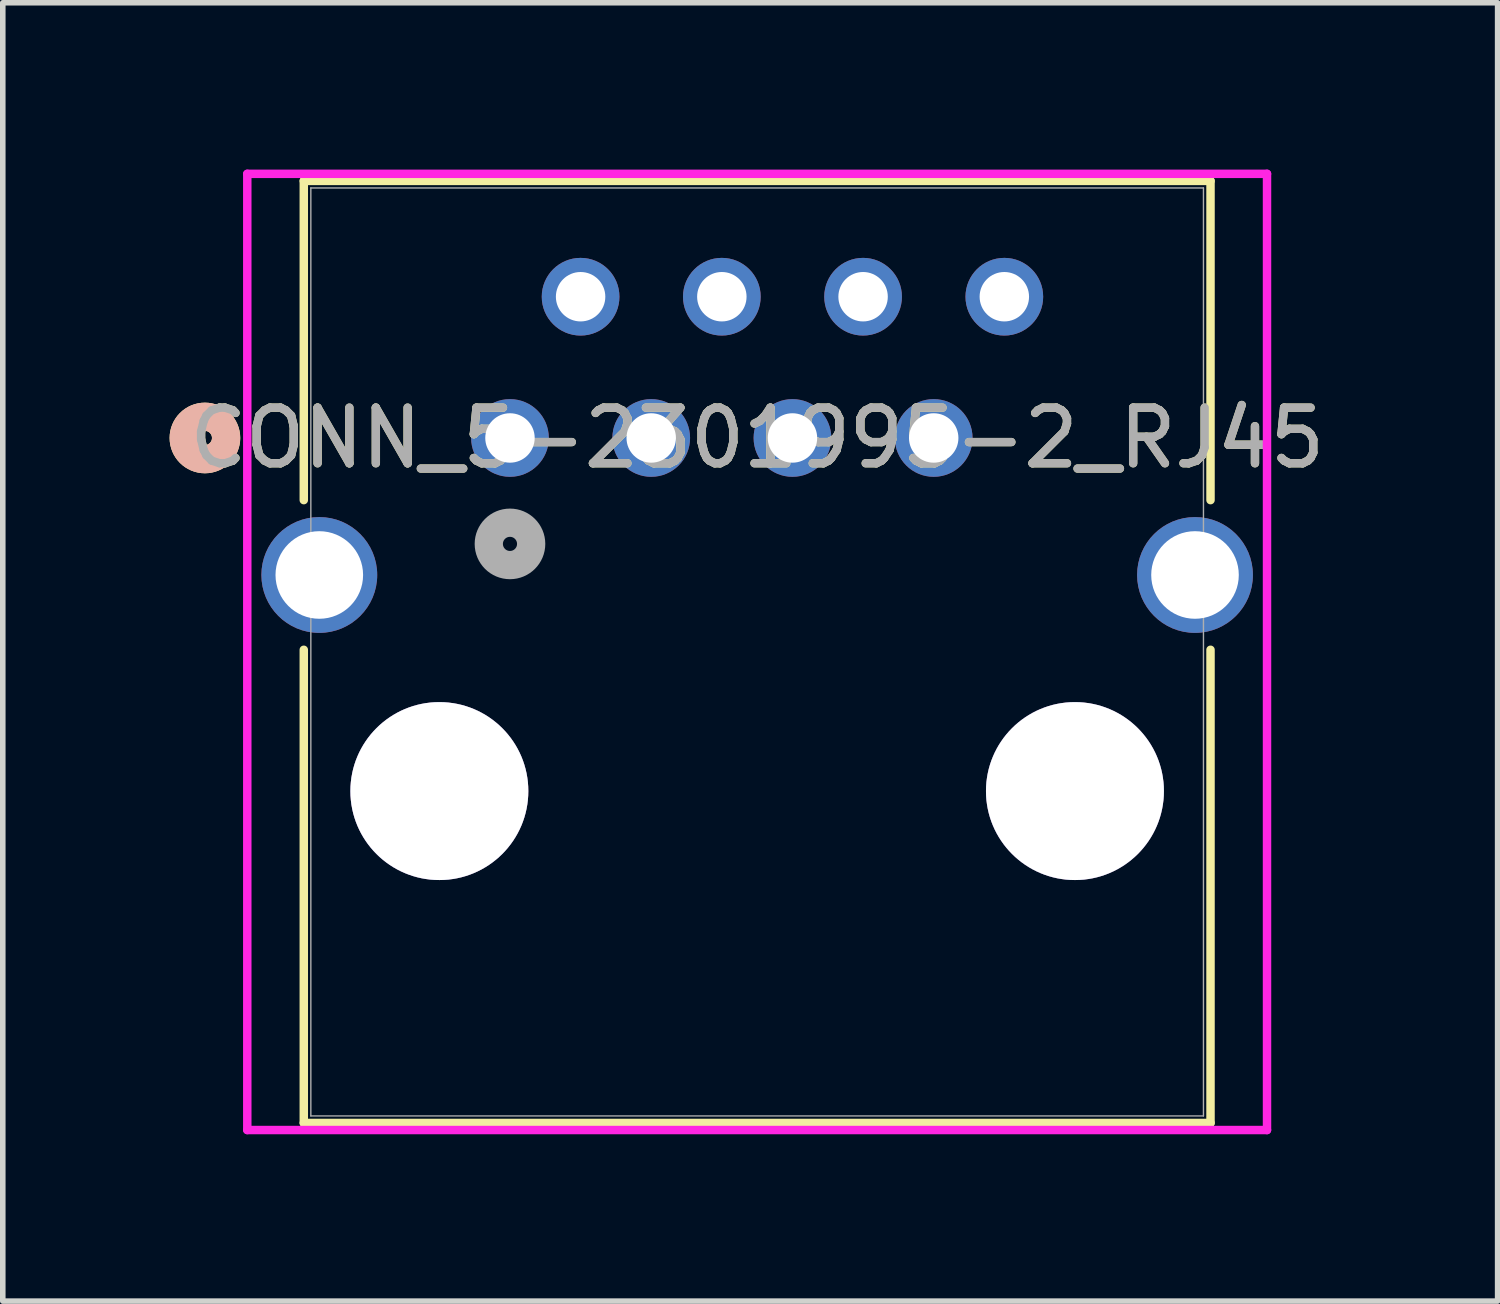
<source format=kicad_pcb>
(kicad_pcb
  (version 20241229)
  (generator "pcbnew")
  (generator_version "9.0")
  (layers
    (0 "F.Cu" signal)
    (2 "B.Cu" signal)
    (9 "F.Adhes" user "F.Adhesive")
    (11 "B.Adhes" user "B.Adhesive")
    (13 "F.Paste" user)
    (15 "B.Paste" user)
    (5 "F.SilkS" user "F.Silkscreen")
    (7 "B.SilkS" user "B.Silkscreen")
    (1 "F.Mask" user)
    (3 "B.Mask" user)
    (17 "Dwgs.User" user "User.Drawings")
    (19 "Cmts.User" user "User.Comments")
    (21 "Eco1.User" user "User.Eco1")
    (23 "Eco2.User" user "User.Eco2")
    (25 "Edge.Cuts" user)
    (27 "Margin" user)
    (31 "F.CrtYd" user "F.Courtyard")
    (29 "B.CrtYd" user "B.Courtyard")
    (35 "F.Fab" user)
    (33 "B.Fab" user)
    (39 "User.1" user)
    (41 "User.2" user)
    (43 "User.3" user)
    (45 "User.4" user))
  (footprint "CONN_5-2301995-2_RJ45"
    (layer "F.Cu")
    (at 6.121 4.826)
    (property "Reference" "CONN_5-2301995-2_RJ45" (at 4.445 0 0) (unlocked yes) (layer "F.SilkS") (effects (font (size 1 1) (thickness 0.15))))
    (attr through_hole)
    (fp_line (start -3.708 -4.623) (end -3.708 1.118) (stroke (width 0.152) (type solid)) (layer "F.SilkS"))
    (fp_line (start -3.708 3.809) (end -3.708 12.319) (stroke (width 0.152) (type solid)) (layer "F.SilkS"))
    (fp_line (start -3.708 12.319) (end 12.598 12.319) (stroke (width 0.152) (type solid)) (layer "F.SilkS"))
    (fp_line (start 12.598 -4.623) (end -3.708 -4.623) (stroke (width 0.152) (type solid)) (layer "F.SilkS"))
    (fp_line (start 12.598 1.118) (end 12.598 -4.623) (stroke (width 0.152) (type solid)) (layer "F.SilkS"))
    (fp_line (start 12.598 12.319) (end 12.598 3.809) (stroke (width 0.152) (type solid)) (layer "F.SilkS"))
    (fp_circle (center -5.486 0) (end -5.105 0) (stroke (width 0.508) (type solid)) (fill no) (layer "F.SilkS"))
    (fp_circle (center -5.486 0) (end -5.105 0) (stroke (width 0.508) (type solid)) (fill no) (layer "B.SilkS"))
    (fp_line (start -4.724 -4.75) (end -4.724 12.446) (stroke (width 0.152) (type solid)) (layer "F.CrtYd"))
    (fp_line (start -4.724 12.446) (end 13.614 12.446) (stroke (width 0.152) (type solid)) (layer "F.CrtYd"))
    (fp_line (start 13.614 -4.75) (end -4.724 -4.75) (stroke (width 0.152) (type solid)) (layer "F.CrtYd"))
    (fp_line (start 13.614 12.446) (end 13.614 -4.75) (stroke (width 0.152) (type solid)) (layer "F.CrtYd"))
    (fp_line (start -3.581 -4.496) (end -3.581 12.192) (stroke (width 0.025) (type solid)) (layer "F.Fab"))
    (fp_line (start -3.581 12.192) (end 12.471 12.192) (stroke (width 0.025) (type solid)) (layer "F.Fab"))
    (fp_line (start 12.471 -4.496) (end -3.581 -4.496) (stroke (width 0.025) (type solid)) (layer "F.Fab"))
    (fp_line (start 12.471 12.192) (end 12.471 -4.496) (stroke (width 0.025) (type solid)) (layer "F.Fab"))
    (fp_circle (center 0 1.905) (end 0.381 1.905) (stroke (width 0.508) (type solid)) (fill no) (layer "F.Fab"))
    (fp_text user "${REFERENCE}" (at 4.445 0 0) (unlocked yes) (layer "F.Fab") (effects (font (size 1 1) (thickness 0.15))))
    (pad "1" thru_hole circle (at 0 0) (size 1.397 1.397) (drill 0.889) (layers "*.Cu" "*.Mask"))
    (pad "2" thru_hole circle (at 1.27 -2.54) (size 1.397 1.397) (drill 0.889) (layers "*.Cu" "*.Mask"))
    (pad "3" thru_hole circle (at 2.54 0) (size 1.397 1.397) (drill 0.889) (layers "*.Cu" "*.Mask"))
    (pad "4" thru_hole circle (at 3.81 -2.54) (size 1.397 1.397) (drill 0.889) (layers "*.Cu" "*.Mask"))
    (pad "5" thru_hole circle (at 5.08 0) (size 1.397 1.397) (drill 0.889) (layers "*.Cu" "*.Mask"))
    (pad "6" thru_hole circle (at 6.35 -2.54) (size 1.397 1.397) (drill 0.889) (layers "*.Cu" "*.Mask"))
    (pad "7" thru_hole circle (at 7.62 0) (size 1.397 1.397) (drill 0.889) (layers "*.Cu" "*.Mask"))
    (pad "8" thru_hole circle (at 8.89 -2.54) (size 1.397 1.397) (drill 0.889) (layers "*.Cu" "*.Mask"))
    (pad "9" thru_hole circle (at -3.429 2.464) (size 2.083 2.083) (drill 1.575) (layers "*.Cu" "*.Mask"))
    (pad "10" thru_hole circle (at 12.319 2.464) (size 2.083 2.083) (drill 1.575) (layers "*.Cu" "*.Mask"))
    (pad "11" thru_hole circle (at -1.27 6.35) (size 3.2 3.2) (drill 3.2) (layers "*.Cu" "*.Mask"))
    (pad "12" thru_hole circle (at 10.16 6.35) (size 3.2 3.2) (drill 3.2) (layers "*.Cu" "*.Mask")))
  (gr_rect
    (start -3 -3)
    (end 23.882 20.348)
    (stroke (width 0.1) (type default))
    (fill no)
    (layer "Edge.Cuts")))
</source>
